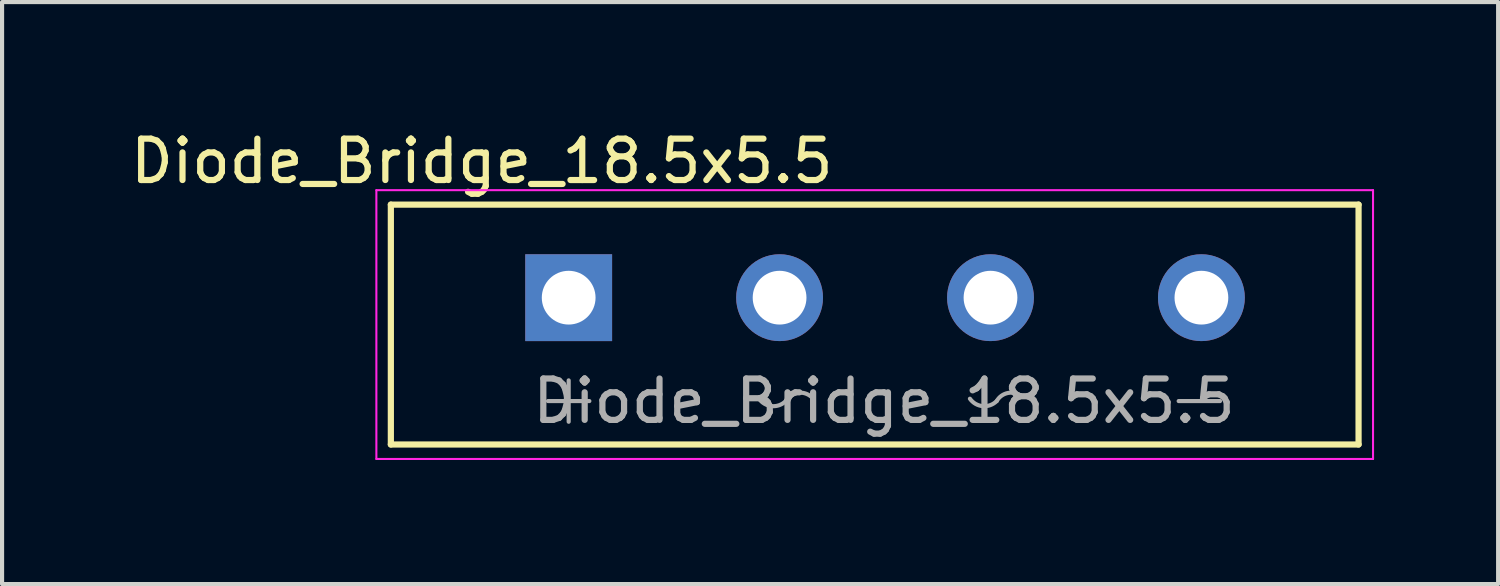
<source format=kicad_pcb>
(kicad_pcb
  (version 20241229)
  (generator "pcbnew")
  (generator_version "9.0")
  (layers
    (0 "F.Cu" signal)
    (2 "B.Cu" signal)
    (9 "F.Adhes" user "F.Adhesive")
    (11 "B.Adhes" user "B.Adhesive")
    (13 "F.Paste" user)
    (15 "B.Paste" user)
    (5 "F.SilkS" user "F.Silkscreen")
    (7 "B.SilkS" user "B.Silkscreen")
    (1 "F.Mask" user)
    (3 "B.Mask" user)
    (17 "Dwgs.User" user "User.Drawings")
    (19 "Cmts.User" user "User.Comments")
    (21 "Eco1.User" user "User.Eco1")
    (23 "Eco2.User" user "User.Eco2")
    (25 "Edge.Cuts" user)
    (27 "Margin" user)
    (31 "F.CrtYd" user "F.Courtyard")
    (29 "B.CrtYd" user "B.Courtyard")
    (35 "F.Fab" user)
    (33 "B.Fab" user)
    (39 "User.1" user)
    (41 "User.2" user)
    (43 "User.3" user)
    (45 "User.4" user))
  (footprint "Diode_Bridge_18.5x5.5"
    (layer "F.Cu")
    (at 18.501 4.148)
    (property "Reference" "Diode_Bridge_18.5x5.5" (at -9.9 -3.3 0) (layer "F.SilkS") (effects (font (size 1 1) (thickness 0.15))))
    (attr through_hole)
    (fp_line (start -12.1 -2.25) (end 11.3 -2.25) (stroke (width 0.15) (type solid)) (layer "F.SilkS"))
    (fp_line (start -12.1 3.55) (end -12.1 -2.25) (stroke (width 0.15) (type solid)) (layer "F.SilkS"))
    (fp_line (start 11.3 -2.25) (end 11.3 3.55) (stroke (width 0.15) (type solid)) (layer "F.SilkS"))
    (fp_line (start 11.3 3.55) (end -12.1 3.55) (stroke (width 0.15) (type solid)) (layer "F.SilkS"))
    (fp_line (start -12.45 -2.6) (end 11.65 -2.6) (stroke (width 0.05) (type solid)) (layer "F.CrtYd"))
    (fp_line (start -12.45 3.9) (end -12.45 -2.6) (stroke (width 0.05) (type solid)) (layer "F.CrtYd"))
    (fp_line (start 11.65 -2.6) (end 11.65 3.9) (stroke (width 0.05) (type solid)) (layer "F.CrtYd"))
    (fp_line (start 11.65 3.9) (end -12.45 3.9) (stroke (width 0.05) (type solid)) (layer "F.CrtYd"))
    (fp_line (start -8.3 2.5) (end -7.3 2.5) (stroke (width 0.1) (type solid)) (layer "F.Fab"))
    (fp_line (start -7.8 2) (end -7.8 3) (stroke (width 0.1) (type solid)) (layer "F.Fab"))
    (fp_line (start 6.95 2.5) (end 7.95 2.5) (stroke (width 0.1) (type solid)) (layer "F.Fab"))
    (fp_arc (start -2.55 2.5) (mid -2.886977 2.62265) (end -3.197537 2.443348) (stroke (width 0.1) (type solid)) (layer "F.Fab"))
    (fp_arc (start -2.55 2.5) (mid -2.271767 2.303327) (end -1.942262 2.390047) (stroke (width 0.1) (type solid)) (layer "F.Fab"))
    (fp_arc (start 2.55 2.5) (mid 2.213023 2.62265) (end 1.902463 2.443348) (stroke (width 0.1) (type solid)) (layer "F.Fab"))
    (fp_arc (start 2.55 2.5) (mid 2.828233 2.303327) (end 3.157738 2.390047) (stroke (width 0.1) (type solid)) (layer "F.Fab"))
    (fp_text user "${REFERENCE}" (at -0.175 2.5 0) (layer "F.Fab") (effects (font (size 1 1) (thickness 0.15))))
    (pad "+" thru_hole rect (at -7.8 0) (size 2.1 2.1) (drill 1.3) (layers "*.Cu" "*.Mask"))
    (pad "-" thru_hole circle (at 7.5 0) (size 2.1 2.1) (drill 1.3) (layers "*.Cu" "*.Mask"))
    (pad "A+" thru_hole circle (at -2.7 0) (size 2.1 2.1) (drill 1.3) (layers "*.Cu" "*.Mask"))
    (pad "A-" thru_hole circle (at 2.4 0) (size 2.1 2.1) (drill 1.3) (layers "*.Cu" "*.Mask")))
  (gr_rect
    (start -3 -3)
    (end 33.176 11.073)
    (stroke (width 0.1) (type default))
    (fill no)
    (layer "Edge.Cuts")))
</source>
